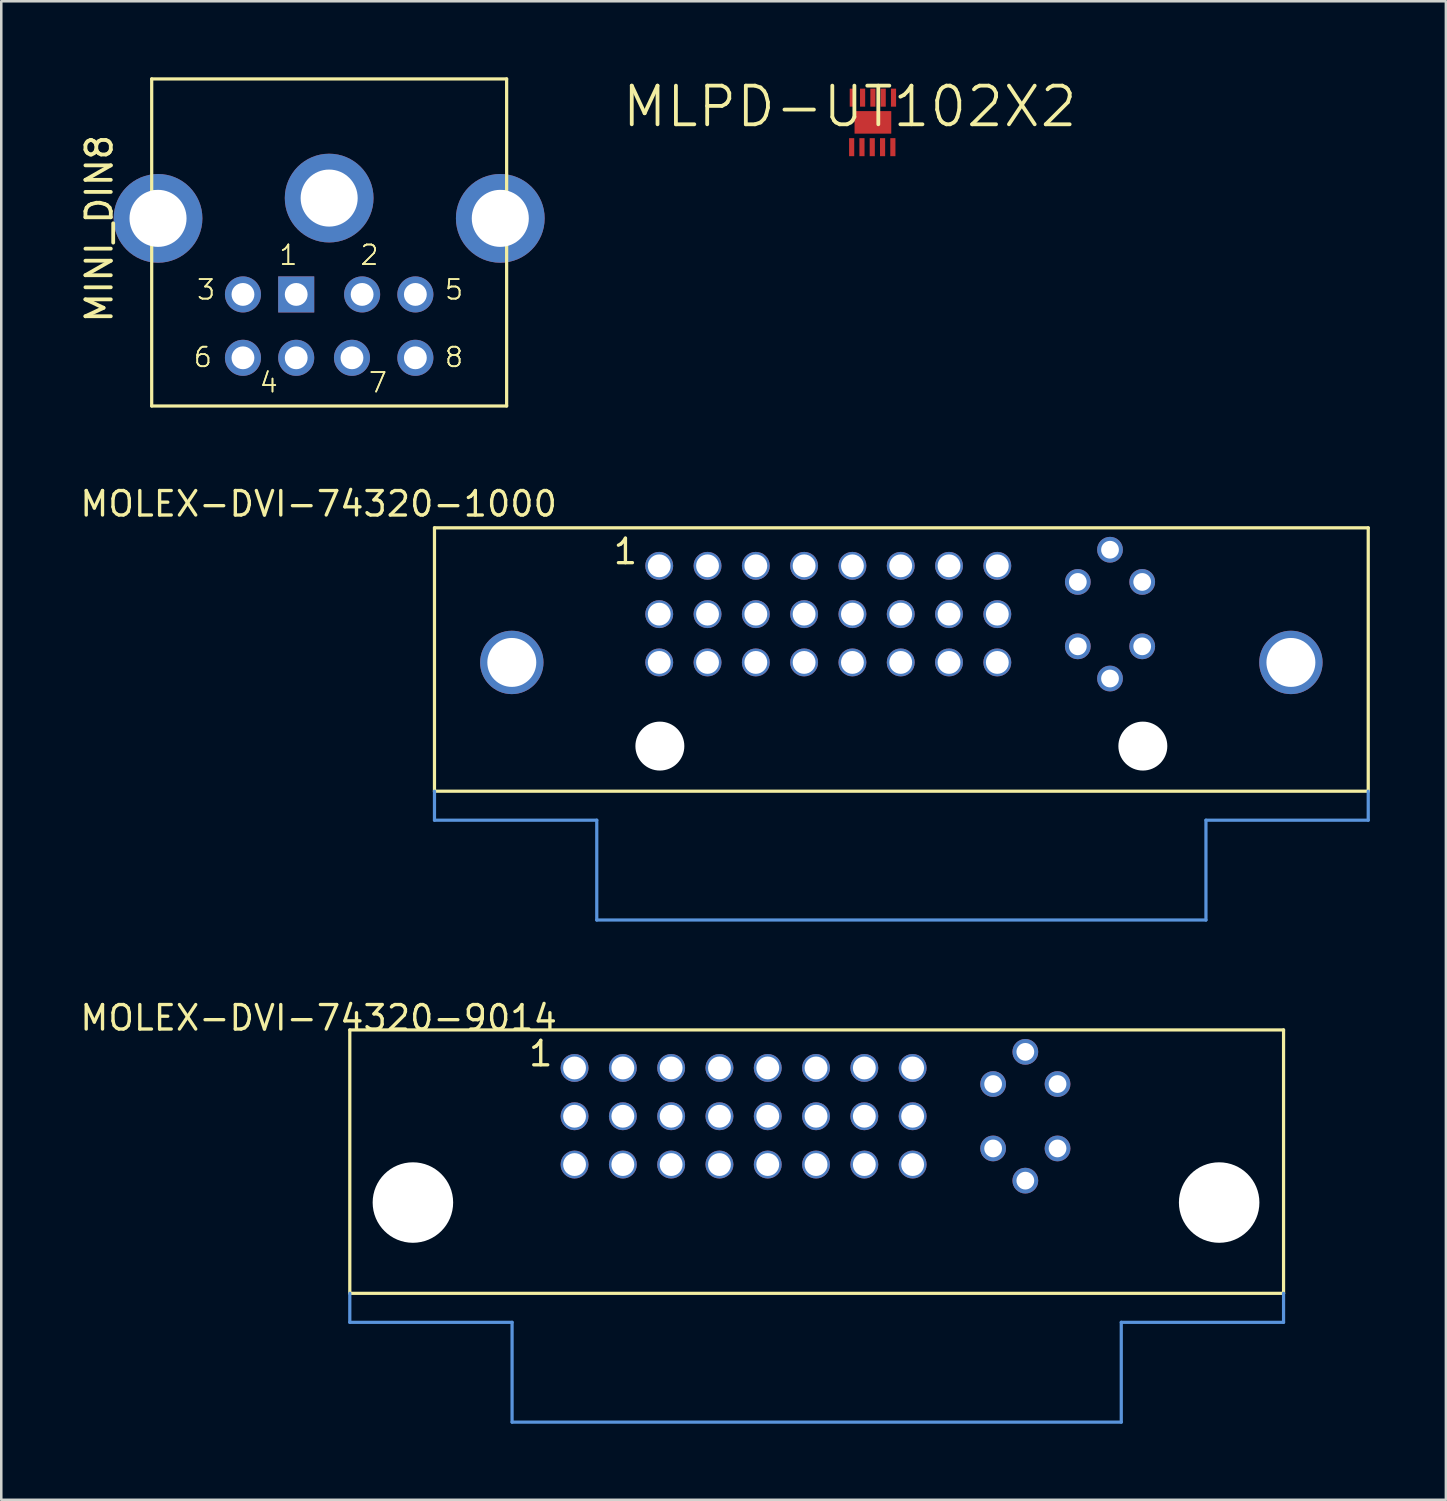
<source format=kicad_pcb>
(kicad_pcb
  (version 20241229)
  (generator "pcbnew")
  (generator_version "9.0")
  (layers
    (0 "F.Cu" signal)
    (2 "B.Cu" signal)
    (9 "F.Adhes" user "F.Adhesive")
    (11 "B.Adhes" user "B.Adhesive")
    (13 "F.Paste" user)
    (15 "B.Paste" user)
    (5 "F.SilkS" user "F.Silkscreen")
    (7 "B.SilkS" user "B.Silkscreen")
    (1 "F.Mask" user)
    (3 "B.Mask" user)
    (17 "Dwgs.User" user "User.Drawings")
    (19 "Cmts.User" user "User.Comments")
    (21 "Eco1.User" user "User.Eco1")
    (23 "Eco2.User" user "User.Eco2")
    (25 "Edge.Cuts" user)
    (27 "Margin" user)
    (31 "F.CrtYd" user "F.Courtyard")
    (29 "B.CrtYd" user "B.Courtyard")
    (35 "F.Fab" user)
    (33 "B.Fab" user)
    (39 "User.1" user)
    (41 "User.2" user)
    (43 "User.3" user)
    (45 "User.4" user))
  (footprint "MOLEX-DVI-74320-1000"
    (layer "F.Cu")
    (at 32.502 28.158)
    (property "Reference" "MOLEX-DVI-74320-1000" (at -13.5 -11.9 0) (layer "F.SilkS") (effects (font (size 0.965 0.965) (thickness 0.132)) (justify right top)))
    (attr through_hole)
    (fp_line (start -18.415 -10.389) (end -18.415 0) (stroke (width 0.127) (type solid)) (layer "F.SilkS"))
    (fp_line (start -18.415 0) (end 18.415 0) (stroke (width 0.127) (type solid)) (layer "F.SilkS"))
    (fp_line (start 18.415 -10.389) (end -18.415 -10.389) (stroke (width 0.127) (type solid)) (layer "F.SilkS"))
    (fp_line (start 18.415 0) (end 18.415 -10.389) (stroke (width 0.127) (type solid)) (layer "F.SilkS"))
    (fp_line (start -18.415 1.143) (end -18.415 0) (stroke (width 0.127) (type solid)) (layer "Cmts.User"))
    (fp_line (start -12.014 1.143) (end -18.415 1.143) (stroke (width 0.127) (type solid)) (layer "Cmts.User"))
    (fp_line (start -12.014 5.08) (end -12.014 1.143) (stroke (width 0.127) (type solid)) (layer "Cmts.User"))
    (fp_line (start 12.014 1.143) (end 12.014 5.08) (stroke (width 0.127) (type solid)) (layer "Cmts.User"))
    (fp_line (start 12.014 5.08) (end -12.014 5.08) (stroke (width 0.127) (type solid)) (layer "Cmts.User"))
    (fp_line (start 18.415 0) (end 18.415 1.143) (stroke (width 0.127) (type solid)) (layer "Cmts.User"))
    (fp_line (start 18.415 1.143) (end 12.014 1.143) (stroke (width 0.127) (type solid)) (layer "Cmts.User"))
    (fp_text user "1" (at -11.43 -8.89 0) (layer "F.SilkS") (effects (font (size 0.965 0.965) (thickness 0.132)) (justify left bottom)))
    (pad "" np_thru_hole circle (at -9.525 -1.78) (size 1.93 1.93) (drill 1.93) (layers "*.Cu" "*.Mask"))
    (pad "" np_thru_hole circle (at 9.525 -1.78) (size 1.93 1.93) (drill 1.93) (layers "*.Cu" "*.Mask"))
    (pad "1" thru_hole circle (at -9.55 -8.89) (size 1.1 1.1) (drill 0.9) (layers "*.Cu" "*.Mask"))
    (pad "2" thru_hole circle (at -7.645 -8.89) (size 1.1 1.1) (drill 0.9) (layers "*.Cu" "*.Mask"))
    (pad "3" thru_hole circle (at -5.74 -8.89) (size 1.1 1.1) (drill 0.9) (layers "*.Cu" "*.Mask"))
    (pad "4" thru_hole circle (at -3.835 -8.89) (size 1.1 1.1) (drill 0.9) (layers "*.Cu" "*.Mask"))
    (pad "5" thru_hole circle (at -1.93 -8.89) (size 1.1 1.1) (drill 0.9) (layers "*.Cu" "*.Mask"))
    (pad "6" thru_hole circle (at -0.025 -8.89) (size 1.1 1.1) (drill 0.9) (layers "*.Cu" "*.Mask"))
    (pad "7" thru_hole circle (at 1.88 -8.89) (size 1.1 1.1) (drill 0.9) (layers "*.Cu" "*.Mask"))
    (pad "8" thru_hole circle (at 3.785 -8.89) (size 1.1 1.1) (drill 0.9) (layers "*.Cu" "*.Mask"))
    (pad "9" thru_hole circle (at -9.55 -6.985) (size 1.1 1.1) (drill 0.9) (layers "*.Cu" "*.Mask"))
    (pad "10" thru_hole circle (at -7.645 -6.985) (size 1.1 1.1) (drill 0.9) (layers "*.Cu" "*.Mask"))
    (pad "11" thru_hole circle (at -5.74 -6.985) (size 1.1 1.1) (drill 0.9) (layers "*.Cu" "*.Mask"))
    (pad "12" thru_hole circle (at -3.835 -6.985) (size 1.1 1.1) (drill 0.9) (layers "*.Cu" "*.Mask"))
    (pad "13" thru_hole circle (at -1.93 -6.985) (size 1.1 1.1) (drill 0.9) (layers "*.Cu" "*.Mask"))
    (pad "14" thru_hole circle (at -0.025 -6.985) (size 1.1 1.1) (drill 0.9) (layers "*.Cu" "*.Mask"))
    (pad "15" thru_hole circle (at 1.88 -6.985) (size 1.1 1.1) (drill 0.9) (layers "*.Cu" "*.Mask"))
    (pad "16" thru_hole circle (at 3.785 -6.985) (size 1.1 1.1) (drill 0.9) (layers "*.Cu" "*.Mask"))
    (pad "17" thru_hole circle (at -9.55 -5.08) (size 1.1 1.1) (drill 0.9) (layers "*.Cu" "*.Mask"))
    (pad "18" thru_hole circle (at -7.645 -5.08) (size 1.1 1.1) (drill 0.9) (layers "*.Cu" "*.Mask"))
    (pad "19" thru_hole circle (at -5.74 -5.08) (size 1.1 1.1) (drill 0.9) (layers "*.Cu" "*.Mask"))
    (pad "20" thru_hole circle (at -3.835 -5.08) (size 1.1 1.1) (drill 0.9) (layers "*.Cu" "*.Mask"))
    (pad "21" thru_hole circle (at -1.93 -5.08) (size 1.1 1.1) (drill 0.9) (layers "*.Cu" "*.Mask"))
    (pad "22" thru_hole circle (at -0.025 -5.08) (size 1.1 1.1) (drill 0.9) (layers "*.Cu" "*.Mask"))
    (pad "23" thru_hole circle (at 1.88 -5.08) (size 1.1 1.1) (drill 0.9) (layers "*.Cu" "*.Mask"))
    (pad "24" thru_hole circle (at 3.785 -5.08) (size 1.1 1.1) (drill 0.9) (layers "*.Cu" "*.Mask"))
    (pad "C1" thru_hole circle (at 6.96 -8.255) (size 1.016 1.016) (drill 0.7) (layers "*.Cu" "*.Mask"))
    (pad "C2" thru_hole circle (at 9.5 -8.255) (size 1.016 1.016) (drill 0.7) (layers "*.Cu" "*.Mask"))
    (pad "C3" thru_hole circle (at 6.96 -5.715) (size 1.016 1.016) (drill 0.7) (layers "*.Cu" "*.Mask"))
    (pad "C4" thru_hole circle (at 9.5 -5.715) (size 1.016 1.016) (drill 0.7) (layers "*.Cu" "*.Mask"))
    (pad "C5@1" thru_hole circle (at 8.23 -9.525) (size 1.016 1.016) (drill 0.7) (layers "*.Cu" "*.Mask"))
    (pad "C5@2" thru_hole circle (at 8.23 -4.445) (size 1.016 1.016) (drill 0.7) (layers "*.Cu" "*.Mask"))
    (pad "S1" thru_hole circle (at -15.365 -5.08) (size 2.5 2.5) (drill 1.93) (layers "*.Cu" "*.Mask"))
    (pad "S2" thru_hole circle (at 15.365 -5.08) (size 2.5 2.5) (drill 1.93) (layers "*.Cu" "*.Mask")))
  (footprint "MOLEX-DVI-74320-9014"
    (layer "F.Cu")
    (at 29.162 47.963)
    (property "Reference" "MOLEX-DVI-74320-9014" (at -10.16 -11.43 0) (layer "F.SilkS") (effects (font (size 0.965 0.965) (thickness 0.132)) (justify right top)))
    (attr through_hole)
    (fp_line (start -18.415 -10.389) (end -18.415 0) (stroke (width 0.127) (type solid)) (layer "F.SilkS"))
    (fp_line (start -18.415 0) (end 18.415 0) (stroke (width 0.127) (type solid)) (layer "F.SilkS"))
    (fp_line (start 18.415 -10.389) (end -18.415 -10.389) (stroke (width 0.127) (type solid)) (layer "F.SilkS"))
    (fp_line (start 18.415 0) (end 18.415 -10.389) (stroke (width 0.127) (type solid)) (layer "F.SilkS"))
    (fp_line (start -18.415 1.143) (end -18.415 0) (stroke (width 0.127) (type solid)) (layer "Cmts.User"))
    (fp_line (start -12.014 1.143) (end -18.415 1.143) (stroke (width 0.127) (type solid)) (layer "Cmts.User"))
    (fp_line (start -12.014 5.08) (end -12.014 1.143) (stroke (width 0.127) (type solid)) (layer "Cmts.User"))
    (fp_line (start 12.014 1.143) (end 12.014 5.08) (stroke (width 0.127) (type solid)) (layer "Cmts.User"))
    (fp_line (start 12.014 5.08) (end -12.014 5.08) (stroke (width 0.127) (type solid)) (layer "Cmts.User"))
    (fp_line (start 18.415 0) (end 18.415 1.143) (stroke (width 0.127) (type solid)) (layer "Cmts.User"))
    (fp_line (start 18.415 1.143) (end 12.014 1.143) (stroke (width 0.127) (type solid)) (layer "Cmts.User"))
    (fp_text user "1" (at -11.43 -8.89 0) (layer "F.SilkS") (effects (font (size 0.965 0.965) (thickness 0.132)) (justify left bottom)))
    (pad "" np_thru_hole circle (at -15.926 -3.581) (size 3.175 3.175) (drill 3.175) (layers "*.Cu" "*.Mask"))
    (pad "" np_thru_hole circle (at 15.875 -3.581) (size 3.175 3.175) (drill 3.175) (layers "*.Cu" "*.Mask"))
    (pad "1" thru_hole circle (at -9.55 -8.89) (size 1.1 1.1) (drill 0.9) (layers "*.Cu" "*.Mask"))
    (pad "2" thru_hole circle (at -7.645 -8.89) (size 1.1 1.1) (drill 0.9) (layers "*.Cu" "*.Mask"))
    (pad "3" thru_hole circle (at -5.74 -8.89) (size 1.1 1.1) (drill 0.9) (layers "*.Cu" "*.Mask"))
    (pad "4" thru_hole circle (at -3.835 -8.89) (size 1.1 1.1) (drill 0.9) (layers "*.Cu" "*.Mask"))
    (pad "5" thru_hole circle (at -1.93 -8.89) (size 1.1 1.1) (drill 0.9) (layers "*.Cu" "*.Mask"))
    (pad "6" thru_hole circle (at -0.025 -8.89) (size 1.1 1.1) (drill 0.9) (layers "*.Cu" "*.Mask"))
    (pad "7" thru_hole circle (at 1.88 -8.89) (size 1.1 1.1) (drill 0.9) (layers "*.Cu" "*.Mask"))
    (pad "8" thru_hole circle (at 3.785 -8.89) (size 1.1 1.1) (drill 0.9) (layers "*.Cu" "*.Mask"))
    (pad "9" thru_hole circle (at -9.55 -6.985) (size 1.1 1.1) (drill 0.9) (layers "*.Cu" "*.Mask"))
    (pad "10" thru_hole circle (at -7.645 -6.985) (size 1.1 1.1) (drill 0.9) (layers "*.Cu" "*.Mask"))
    (pad "11" thru_hole circle (at -5.74 -6.985) (size 1.1 1.1) (drill 0.9) (layers "*.Cu" "*.Mask"))
    (pad "12" thru_hole circle (at -3.835 -6.985) (size 1.1 1.1) (drill 0.9) (layers "*.Cu" "*.Mask"))
    (pad "13" thru_hole circle (at -1.93 -6.985) (size 1.1 1.1) (drill 0.9) (layers "*.Cu" "*.Mask"))
    (pad "14" thru_hole circle (at -0.025 -6.985) (size 1.1 1.1) (drill 0.9) (layers "*.Cu" "*.Mask"))
    (pad "15" thru_hole circle (at 1.88 -6.985) (size 1.1 1.1) (drill 0.9) (layers "*.Cu" "*.Mask"))
    (pad "16" thru_hole circle (at 3.785 -6.985) (size 1.1 1.1) (drill 0.9) (layers "*.Cu" "*.Mask"))
    (pad "17" thru_hole circle (at -9.55 -5.08) (size 1.1 1.1) (drill 0.9) (layers "*.Cu" "*.Mask"))
    (pad "18" thru_hole circle (at -7.645 -5.08) (size 1.1 1.1) (drill 0.9) (layers "*.Cu" "*.Mask"))
    (pad "19" thru_hole circle (at -5.74 -5.08) (size 1.1 1.1) (drill 0.9) (layers "*.Cu" "*.Mask"))
    (pad "20" thru_hole circle (at -3.835 -5.08) (size 1.1 1.1) (drill 0.9) (layers "*.Cu" "*.Mask"))
    (pad "21" thru_hole circle (at -1.93 -5.08) (size 1.1 1.1) (drill 0.9) (layers "*.Cu" "*.Mask"))
    (pad "22" thru_hole circle (at -0.025 -5.08) (size 1.1 1.1) (drill 0.9) (layers "*.Cu" "*.Mask"))
    (pad "23" thru_hole circle (at 1.88 -5.08) (size 1.1 1.1) (drill 0.9) (layers "*.Cu" "*.Mask"))
    (pad "24" thru_hole circle (at 3.785 -5.08) (size 1.1 1.1) (drill 0.9) (layers "*.Cu" "*.Mask"))
    (pad "C1" thru_hole circle (at 6.96 -8.255) (size 1.016 1.016) (drill 0.7) (layers "*.Cu" "*.Mask"))
    (pad "C2" thru_hole circle (at 9.5 -8.255) (size 1.016 1.016) (drill 0.7) (layers "*.Cu" "*.Mask"))
    (pad "C3" thru_hole circle (at 6.96 -5.715) (size 1.016 1.016) (drill 0.7) (layers "*.Cu" "*.Mask"))
    (pad "C4" thru_hole circle (at 9.5 -5.715) (size 1.016 1.016) (drill 0.7) (layers "*.Cu" "*.Mask"))
    (pad "C5@1" thru_hole circle (at 8.23 -9.525) (size 1.016 1.016) (drill 0.7) (layers "*.Cu" "*.Mask"))
    (pad "C5@2" thru_hole circle (at 8.23 -4.445) (size 1.016 1.016) (drill 0.7) (layers "*.Cu" "*.Mask")))
  (footprint "MINI_DIN8"
    (layer "F.Cu")
    (at 9.933 4.763)
    (property "Reference" "MINI_DIN8" (at -8.483 4.998 270) (layer "F.SilkS") (effects (font (size 1 1) (thickness 0.15)) (justify left bottom)))
    (attr through_hole)
    (fp_line (start -7 -4.7) (end -7 -0.25) (stroke (width 0.127) (type solid)) (layer "F.SilkS"))
    (fp_line (start -7 -0.25) (end -7 8.2) (stroke (width 0.127) (type solid)) (layer "F.SilkS"))
    (fp_line (start -7 -0.25) (end -6.7 -0.25) (stroke (width 0.127) (type solid)) (layer "F.SilkS"))
    (fp_line (start -7 8.2) (end 7 8.2) (stroke (width 0.127) (type solid)) (layer "F.SilkS"))
    (fp_line (start -6.7 -0.25) (end -6.7 1.75) (stroke (width 0.127) (type solid)) (layer "F.SilkS"))
    (fp_line (start -6.7 1.75) (end -6.95 1.75) (stroke (width 0.127) (type solid)) (layer "F.SilkS"))
    (fp_line (start 6.7 -0.25) (end 6.7 1.75) (stroke (width 0.127) (type solid)) (layer "F.SilkS"))
    (fp_line (start 6.7 1.75) (end 7 1.75) (stroke (width 0.127) (type solid)) (layer "F.SilkS"))
    (fp_line (start 7 -4.7) (end -7 -4.7) (stroke (width 0.127) (type solid)) (layer "F.SilkS"))
    (fp_line (start 7 -0.25) (end 6.7 -0.25) (stroke (width 0.127) (type solid)) (layer "F.SilkS"))
    (fp_line (start 7 -0.25) (end 7 -4.7) (stroke (width 0.127) (type solid)) (layer "F.SilkS"))
    (fp_line (start 7 1.75) (end 7 -0.25) (stroke (width 0.127) (type solid)) (layer "F.SilkS"))
    (fp_line (start 7 8.2) (end 7 1.75) (stroke (width 0.127) (type solid)) (layer "F.SilkS"))
    (fp_text user "8" (at 5.334 6.731 180) (layer "F.SilkS") (effects (font (size 0.772 0.772) (thickness 0.065)) (justify right bottom)))
    (fp_text user "1" (at -1.2 2.7 180) (layer "F.SilkS") (effects (font (size 0.772 0.772) (thickness 0.065)) (justify right bottom)))
    (fp_text user "5" (at 5.334 4.064 180) (layer "F.SilkS") (effects (font (size 0.772 0.772) (thickness 0.065)) (justify right bottom)))
    (fp_text user "5" (at 5.334 4.064 180) (layer "F.SilkS") (effects (font (size 0.772 0.772) (thickness 0.065)) (justify right bottom)))
    (fp_text user "4" (at -1.972 7.731 180) (layer "F.SilkS") (effects (font (size 0.772 0.772) (thickness 0.065)) (justify right bottom)))
    (fp_text user "8" (at 5.334 6.731 180) (layer "F.SilkS") (effects (font (size 0.772 0.772) (thickness 0.065)) (justify right bottom)))
    (fp_text user "3" (at -4.445 4.064 180) (layer "F.SilkS") (effects (font (size 0.772 0.772) (thickness 0.065)) (justify right bottom)))
    (fp_text user "2" (at 2 2.7 180) (layer "F.SilkS") (effects (font (size 0.772 0.772) (thickness 0.065)) (justify right bottom)))
    (fp_text user "7" (at 2.334 7.731 180) (layer "F.SilkS") (effects (font (size 0.772 0.772) (thickness 0.065)) (justify right bottom)))
    (fp_text user "6" (at -4.572 6.731 180) (layer "F.SilkS") (effects (font (size 0.772 0.772) (thickness 0.065)) (justify right bottom)))
    (fp_text user "7" (at 2.334 7.731 180) (layer "F.SilkS") (effects (font (size 0.772 0.772) (thickness 0.065)) (justify right bottom)))
    (fp_text user "2" (at 2 2.7 180) (layer "F.SilkS") (effects (font (size 0.772 0.772) (thickness 0.065)) (justify right bottom)))
    (fp_text user "1" (at -1.2 2.7 180) (layer "F.SilkS") (effects (font (size 0.772 0.772) (thickness 0.065)) (justify right bottom)))
    (fp_text user "3" (at -4.445 4.064 180) (layer "F.SilkS") (effects (font (size 0.772 0.772) (thickness 0.065)) (justify right bottom)))
    (fp_text user "4" (at -1.972 7.731 180) (layer "F.SilkS") (effects (font (size 0.772 0.772) (thickness 0.065)) (justify right bottom)))
    (fp_text user "6" (at -4.572 6.731 180) (layer "F.SilkS") (effects (font (size 0.772 0.772) (thickness 0.065)) (justify right bottom)))
    (pad "1" thru_hole rect (at -1.3 3.8) (size 1.422 1.422) (drill 0.9) (layers "*.Cu" "*.Mask"))
    (pad "2" thru_hole circle (at 1.3 3.8) (size 1.422 1.422) (drill 0.9) (layers "*.Cu" "*.Mask"))
    (pad "3" thru_hole circle (at -3.4 3.8) (size 1.422 1.422) (drill 0.9) (layers "*.Cu" "*.Mask"))
    (pad "4" thru_hole circle (at -1.3 6.3) (size 1.422 1.422) (drill 0.9) (layers "*.Cu" "*.Mask"))
    (pad "5" thru_hole circle (at 3.4 3.8) (size 1.422 1.422) (drill 0.9) (layers "*.Cu" "*.Mask"))
    (pad "6" thru_hole circle (at -3.4 6.3) (size 1.422 1.422) (drill 0.9) (layers "*.Cu" "*.Mask"))
    (pad "7" thru_hole circle (at 0.9 6.3) (size 1.422 1.422) (drill 0.9) (layers "*.Cu" "*.Mask"))
    (pad "8" thru_hole circle (at 3.4 6.3) (size 1.422 1.422) (drill 0.9) (layers "*.Cu" "*.Mask"))
    (pad "SH1" thru_hole circle (at 6.75 0.8) (size 3.5 3.5) (drill 2.25) (layers "*.Cu" "*.Mask"))
    (pad "SH2" thru_hole circle (at 0 0) (size 3.5 3.5) (drill 2.25) (layers "*.Cu" "*.Mask"))
    (pad "SH3" thru_hole circle (at -6.75 0.8) (size 3.5 3.5) (drill 2.25) (layers "*.Cu" "*.Mask")))
  (footprint "MLPD-UT102X2"
    (layer "F.Cu")
    (at 30.468 1.155)
    (property "Reference" "MLPD-UT102X2" (at 0 0 0) (layer "F.SilkS") (effects (font (size 1.524 1.524) (thickness 0.15))))
    (attr smd)
    (pad "P$1" smd rect (at 0.074 1.6) (size 0.203 0.711) (layers "F.Cu" "F.Mask" "F.Paste"))
    (pad "P$2" smd rect (at 0.48 1.6) (size 0.203 0.711) (layers "F.Cu" "F.Mask" "F.Paste"))
    (pad "P$3" smd rect (at 0.886 1.6) (size 0.203 0.711) (layers "F.Cu" "F.Mask" "F.Paste"))
    (pad "P$4" smd rect (at 1.293 1.6) (size 0.203 0.711) (layers "F.Cu" "F.Mask" "F.Paste"))
    (pad "P$5" smd rect (at 1.699 1.6) (size 0.203 0.711) (layers "F.Cu" "F.Mask" "F.Paste"))
    (pad "P$6" smd rect (at 1.725 -0.353) (size 0.203 0.711) (layers "F.Cu" "F.Mask" "F.Paste"))
    (pad "P$7" smd rect (at 1.318 -0.353) (size 0.203 0.711) (layers "F.Cu" "F.Mask" "F.Paste"))
    (pad "P$8" smd rect (at 0.912 -0.353) (size 0.203 0.711) (layers "F.Cu" "F.Mask" "F.Paste"))
    (pad "P$9" smd rect (at 0.505 -0.353) (size 0.203 0.711) (layers "F.Cu" "F.Mask" "F.Paste"))
    (pad "P$10" smd rect (at 0.099 -0.353) (size 0.203 0.711) (layers "F.Cu" "F.Mask" "F.Paste"))
    (pad "P$11" smd rect (at 0.912 0.622) (size 1.448 0.889) (layers "F.Cu" "F.Mask" "F.Paste")))
  (gr_rect
    (start -3 -3)
    (end 53.98 56.107)
    (stroke (width 0.1) (type default))
    (fill no)
    (layer "Edge.Cuts")))
</source>
